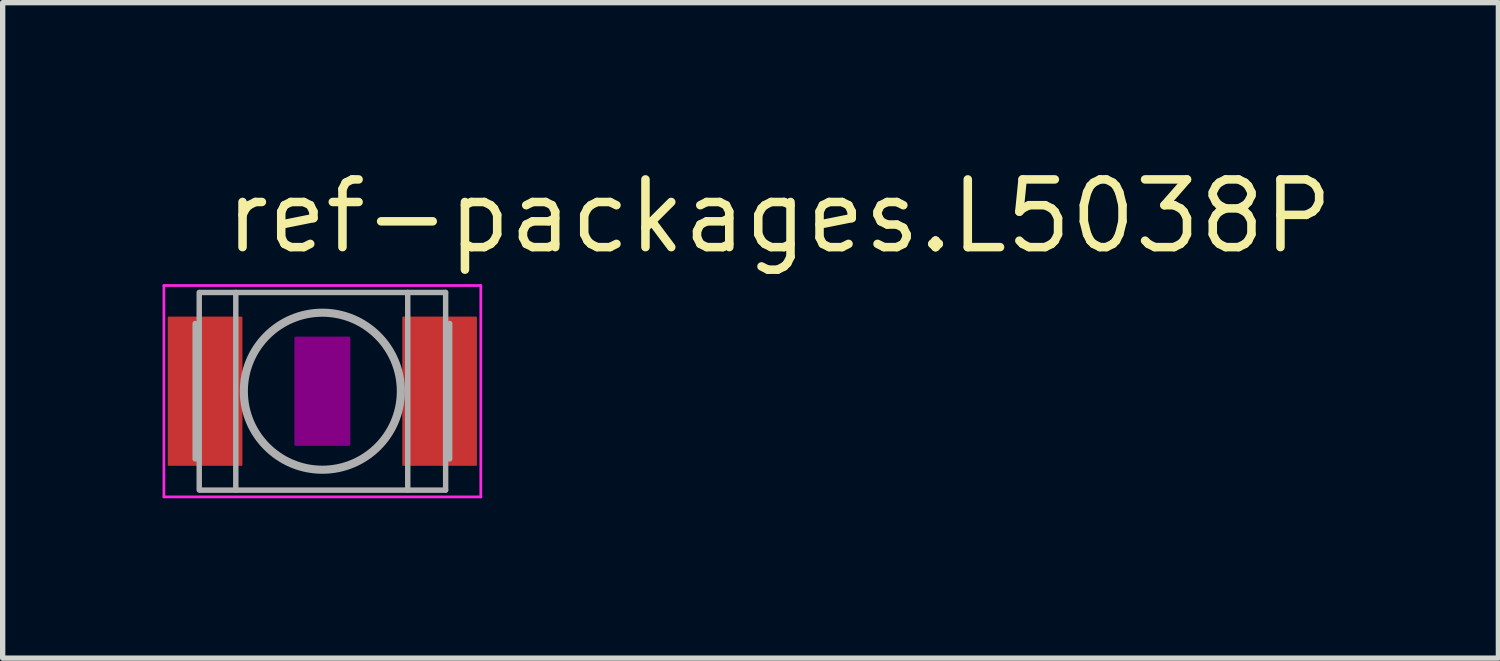
<source format=kicad_pcb>
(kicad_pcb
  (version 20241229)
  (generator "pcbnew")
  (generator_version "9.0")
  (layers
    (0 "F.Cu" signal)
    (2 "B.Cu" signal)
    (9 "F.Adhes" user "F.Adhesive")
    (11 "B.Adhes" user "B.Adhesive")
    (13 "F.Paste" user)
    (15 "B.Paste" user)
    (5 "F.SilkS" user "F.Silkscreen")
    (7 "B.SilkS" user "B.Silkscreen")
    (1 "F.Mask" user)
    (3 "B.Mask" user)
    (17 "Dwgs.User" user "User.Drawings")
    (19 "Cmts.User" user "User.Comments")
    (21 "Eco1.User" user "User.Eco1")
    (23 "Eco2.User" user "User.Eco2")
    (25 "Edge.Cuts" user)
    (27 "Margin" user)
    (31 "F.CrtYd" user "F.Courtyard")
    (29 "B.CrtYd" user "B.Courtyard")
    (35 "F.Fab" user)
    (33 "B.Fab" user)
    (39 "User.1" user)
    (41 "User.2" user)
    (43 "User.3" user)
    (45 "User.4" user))
  (footprint "ref-packages.L5038P"
    (layer "F.Cu")
    (at 2.998 4.29)
    (property "Reference" "ref-packages.L5038P" (at -1.905 -2.54 0) (layer "F.SilkS") (effects (font (size 1.27 1.27) (thickness 0.16)) (justify left bottom)))
    (attr smd)
    (fp_rect (start -0.5 1) (end 0.5 -1) (stroke (width 0.05) (type default)) (fill yes) (layer "F.Adhes"))
    (fp_line (start -2.973 -1.983) (end 2.973 -1.983) (stroke (width 0.051) (type default)) (layer "F.CrtYd"))
    (fp_line (start -2.973 1.983) (end -2.973 -1.983) (stroke (width 0.051) (type default)) (layer "F.CrtYd"))
    (fp_line (start 2.973 -1.983) (end 2.973 1.983) (stroke (width 0.051) (type default)) (layer "F.CrtYd"))
    (fp_line (start 2.973 1.983) (end -2.973 1.983) (stroke (width 0.051) (type default)) (layer "F.CrtYd"))
    (fp_line (start -2.386 1.27) (end -2.386 -1.27) (stroke (width 0.102) (type default)) (layer "F.Fab"))
    (fp_line (start -2.31 1.854) (end -2.31 -1.854) (stroke (width 0.102) (type default)) (layer "F.Fab"))
    (fp_line (start -2.286 -1.853) (end 2.311 -1.853) (stroke (width 0.102) (type default)) (layer "F.Fab"))
    (fp_line (start -2.286 1.856) (end 2.311 1.856) (stroke (width 0.102) (type default)) (layer "F.Fab"))
    (fp_line (start -1.624 1.854) (end -1.624 -1.854) (stroke (width 0.102) (type default)) (layer "F.Fab"))
    (fp_line (start 1.602 1.854) (end 1.602 -1.854) (stroke (width 0.102) (type default)) (layer "F.Fab"))
    (fp_line (start 2.313 1.854) (end 2.313 -1.854) (stroke (width 0.102) (type default)) (layer "F.Fab"))
    (fp_line (start 2.389 1.27) (end 2.389 -1.27) (stroke (width 0.102) (type default)) (layer "F.Fab"))
    (fp_circle (center 0 0) (end 1.473 0) (stroke (width 0.152) (type default)) (fill no) (layer "F.Fab"))
    (pad "1" smd roundrect (at -2.2 0) (size 1.4 2.8) (layers "F.Cu" "F.Mask" "F.Paste") (roundrect_rratio 0.01))
    (pad "2" smd roundrect (at 2.2 0) (size 1.4 2.8) (layers "F.Cu" "F.Mask" "F.Paste") (roundrect_rratio 0.01)))
  (gr_rect
    (start -3 -3)
    (end 25.063 9.298)
    (stroke (width 0.1) (type default))
    (fill no)
    (layer "Edge.Cuts")))
</source>
